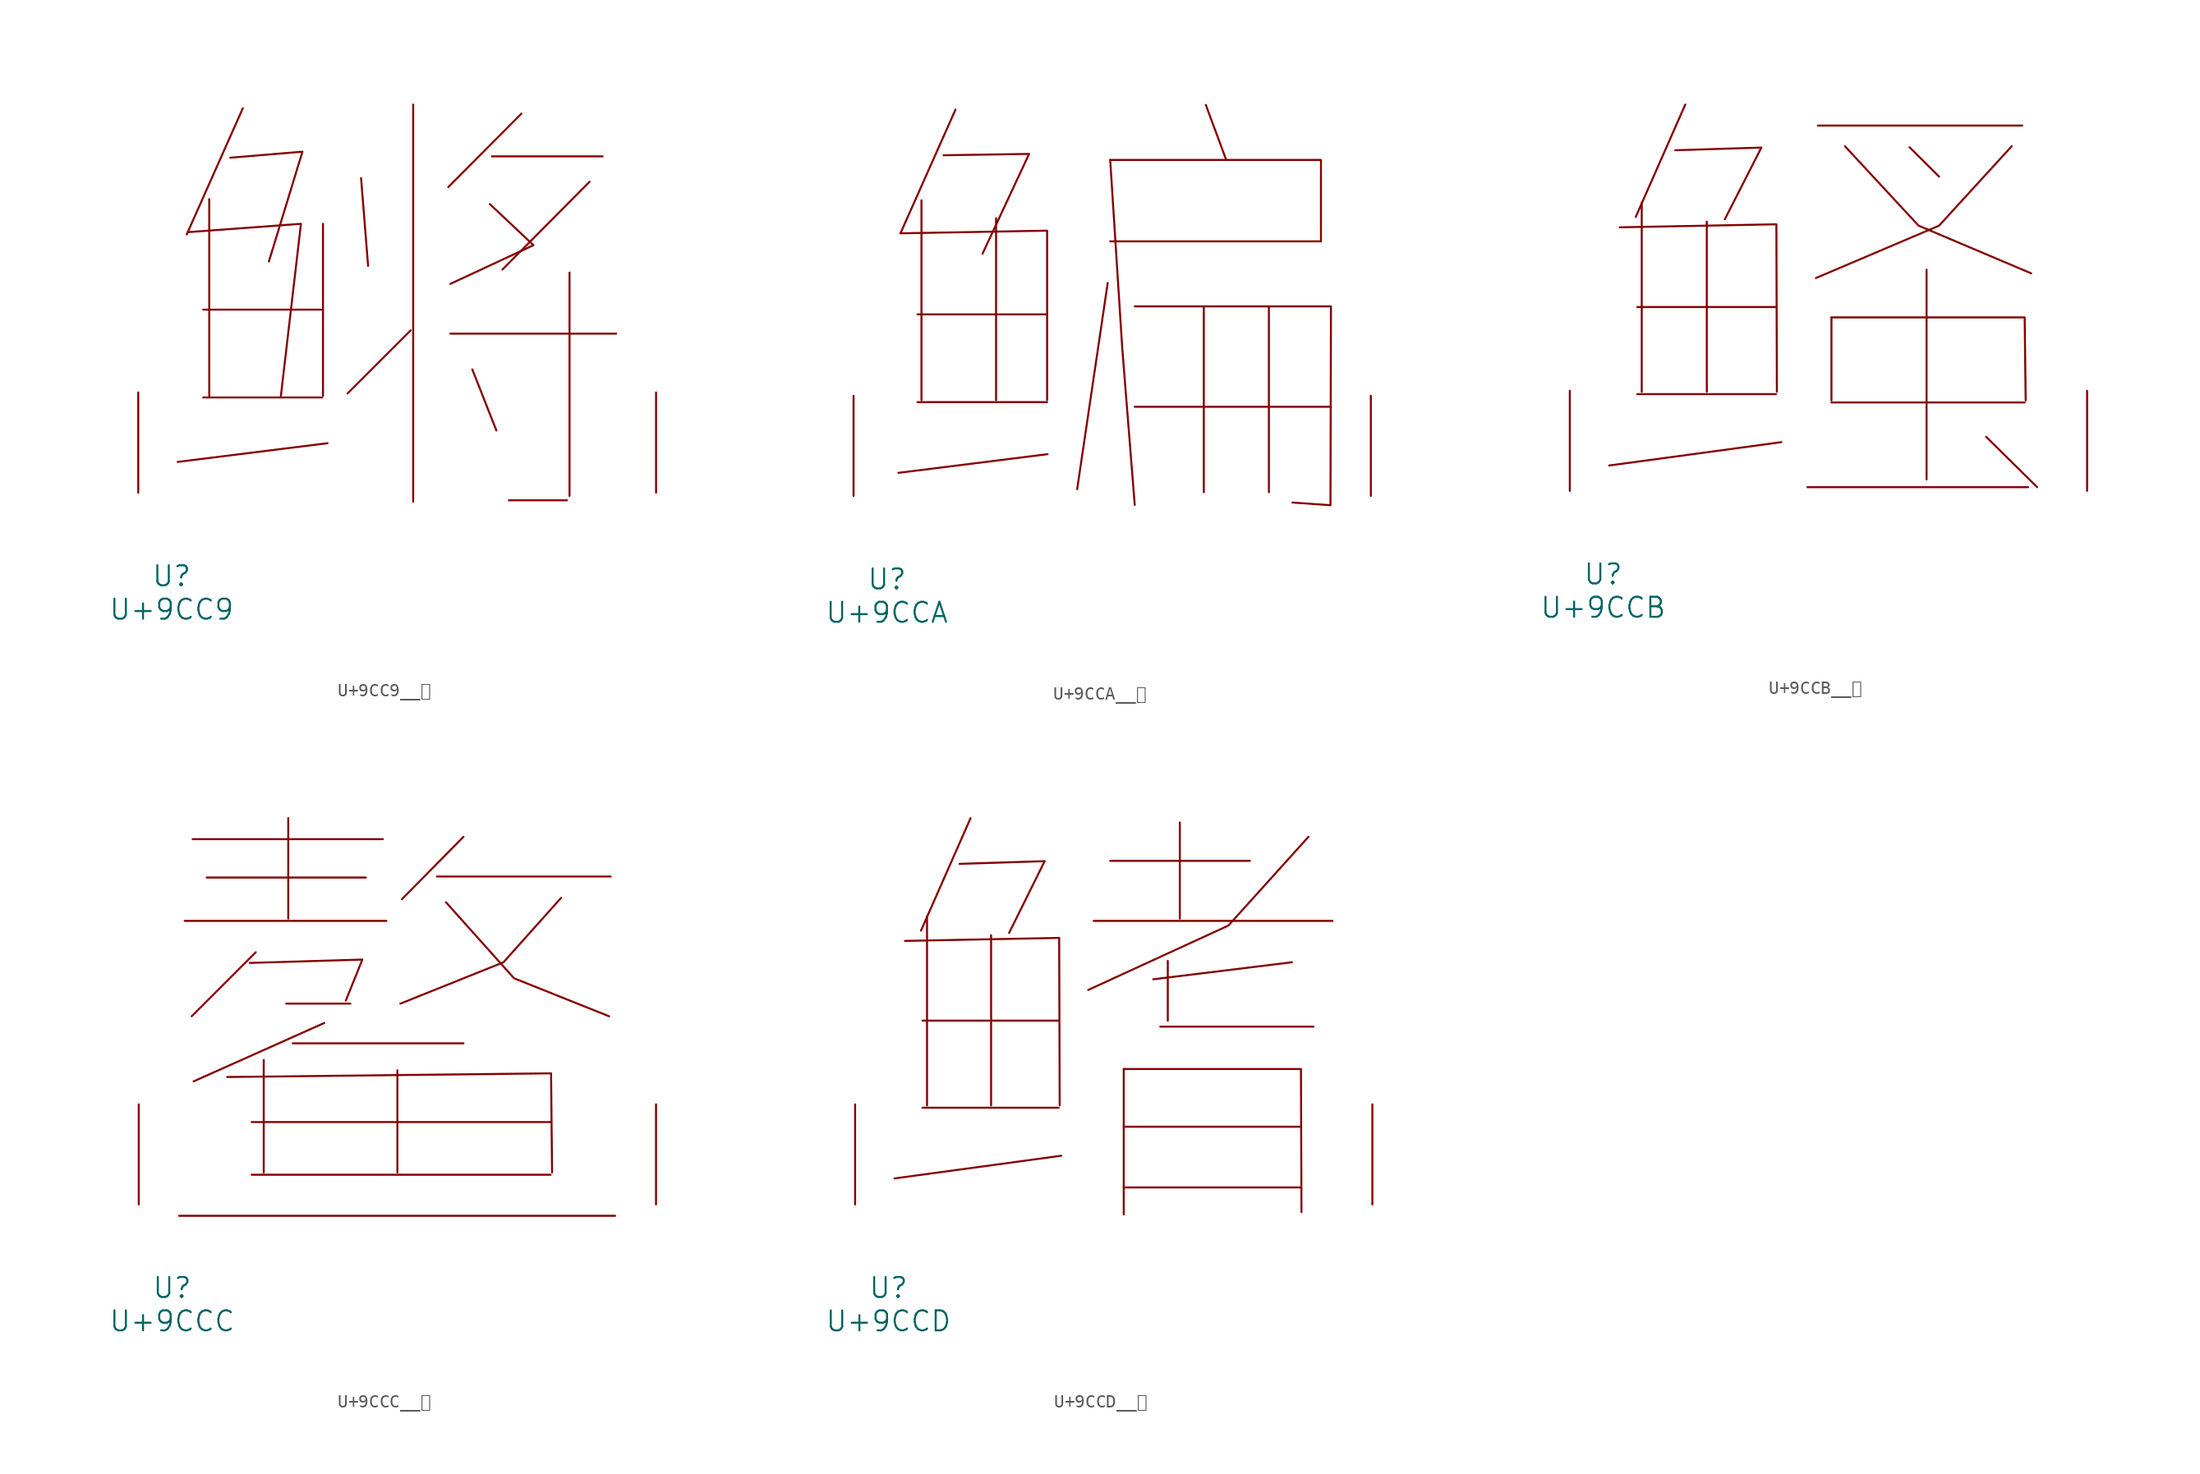
<source format=kicad_sym>
(kicad_symbol_lib
  (version 20231120)
  (generator "kicad_symbol_editor")
  (generator_version "8.0")
  (symbol "U+9CC9__鳉"
    (pin_names
      (offset 1.016))
    (property "Reference" "U"
      (at 0 -6.35 0)
      (effects (font (size 1.524 1.524))))
    (property "Value" "U+9CC9"
      (at 0 -8.89 0)
      (effects (font (size 1.524 1.524))))
    (symbol "U+9CC9__鳉_0_1"
      (polyline (pts (xy 2.4 7.239) (xy 11.43 7.239)) (stroke (width 0) (type solid)) (fill (type none)))
      (polyline (pts (xy 2.4 13.919) (xy 11.43 13.919)) (stroke (width 0) (type solid)) (fill (type none)))
      (polyline (pts (xy 2.857 22.327) (xy 2.857 7.366)) (stroke (width 0) (type solid)) (fill (type none)))
      (polyline (pts (xy 5.41 29.235) (xy 1.143 19.634)) (stroke (width 0) (type solid)) (fill (type none)))
      (polyline (pts (xy 11.506 20.447) (xy 11.506 7.366)) (stroke (width 0) (type solid)) (fill (type none)))
      (polyline (pts (xy 11.849 3.759) (xy 0.457 2.337)) (stroke (width 0) (type solid)) (fill (type none)))
      (polyline (pts (xy 14.402 23.927) (xy 14.935 17.247)) (stroke (width 0) (type solid)) (fill (type none)))
      (polyline (pts (xy 18.174 12.344) (xy 13.373 7.544)) (stroke (width 0) (type solid)) (fill (type none)))
      (polyline (pts (xy 18.364 29.515) (xy 18.364 -0.686)) (stroke (width 0) (type solid)) (fill (type none)))
      (polyline (pts (xy 21.184 12.09) (xy 33.795 12.09)) (stroke (width 0) (type solid)) (fill (type none)))
      (polyline (pts (xy 22.86 9.373) (xy 24.689 4.724)) (stroke (width 0) (type solid)) (fill (type none)))
      (polyline (pts (xy 24.346 25.578) (xy 32.766 25.578)) (stroke (width 0) (type solid)) (fill (type none)))
      (polyline (pts (xy 25.641 -0.584) (xy 30.061 -0.584)) (stroke (width 0) (type solid)) (fill (type none)))
      (polyline (pts (xy 26.594 28.829) (xy 21.031 23.241)) (stroke (width 0) (type solid)) (fill (type none)))
      (polyline (pts (xy 30.251 16.739) (xy 30.251 -0.254)) (stroke (width 0) (type solid)) (fill (type none)))
      (polyline (pts (xy 31.775 23.647) (xy 25.146 16.967)) (stroke (width 0) (type solid)) (fill (type none)))
      (polyline (pts (xy 1.219 19.812) (xy 9.83 20.447) (xy 8.306 7.366)) (stroke (width 0) (type solid)) (fill (type none)))
      (polyline (pts (xy 4.458 25.476) (xy 9.944 25.933) (xy 7.391 17.577)) (stroke (width 0) (type solid)) (fill (type none)))
      (polyline (pts (xy 24.194 21.946) (xy 27.508 18.821) (xy 21.184 15.875)) (stroke (width 0) (type solid)) (fill (type none)))
      (pin input line (at -2.54 0 90) (length 7.62) (name "~" (effects (font (size 1.27 1.27)))) (number "~" (effects (font (size 1.27 1.27)))))
      (pin input line (at 36.83 0 90) (length 7.62) (name "~" (effects (font (size 1.27 1.27)))) (number "~" (effects (font (size 1.27 1.27)))))))
  (symbol "U+9CCA__鳊"
    (pin_names
      (offset 1.016))
    (property "Reference" "U"
      (at 0 -6.35 0)
      (effects (font (size 1.524 1.524))))
    (property "Value" "U+9CCA"
      (at 0 -8.89 0)
      (effects (font (size 1.524 1.524))))
    (symbol "U+9CCA__鳊_0_1"
      (polyline (pts (xy 2.324 7.137) (xy 12.192 7.137)) (stroke (width 0) (type solid)) (fill (type none)))
      (polyline (pts (xy 2.324 13.818) (xy 12.192 13.818)) (stroke (width 0) (type solid)) (fill (type none)))
      (polyline (pts (xy 2.629 22.504) (xy 2.629 7.29)) (stroke (width 0) (type solid)) (fill (type none)))
      (polyline (pts (xy 5.22 29.413) (xy 1.029 19.99)) (stroke (width 0) (type solid)) (fill (type none)))
      (polyline (pts (xy 8.306 21.133) (xy 8.306 7.29)) (stroke (width 0) (type solid)) (fill (type none)))
      (polyline (pts (xy 12.23 3.175) (xy 0.876 1.753)) (stroke (width 0) (type solid)) (fill (type none)))
      (polyline (pts (xy 16.802 16.205) (xy 14.478 0.508)) (stroke (width 0) (type solid)) (fill (type none)))
      (polyline (pts (xy 16.993 19.38) (xy 33.033 19.38)) (stroke (width 0) (type solid)) (fill (type none)))
      (polyline (pts (xy 18.86 6.782) (xy 33.795 6.782)) (stroke (width 0) (type solid)) (fill (type none)))
      (polyline (pts (xy 24.117 14.427) (xy 24.117 0.279)) (stroke (width 0) (type solid)) (fill (type none)))
      (polyline (pts (xy 24.27 29.769) (xy 25.794 25.654)) (stroke (width 0) (type solid)) (fill (type none)))
      (polyline (pts (xy 29.07 14.427) (xy 29.07 0.279)) (stroke (width 0) (type solid)) (fill (type none)))
      (polyline (pts (xy 1.029 19.99) (xy 12.192 20.193) (xy 12.192 7.29)) (stroke (width 0) (type solid)) (fill (type none)))
      (polyline (pts (xy 4.305 25.933) (xy 10.82 26.035) (xy 7.277 18.44)) (stroke (width 0) (type solid)) (fill (type none)))
      (polyline (pts (xy 16.993 25.578) (xy 17.907 11.278) (xy 18.86 -0.686)) (stroke (width 0) (type solid)) (fill (type none)))
      (polyline (pts (xy 16.993 25.578) (xy 33.033 25.578) (xy 33.033 19.482)) (stroke (width 0) (type solid)) (fill (type none)))
      (polyline (pts (xy 18.86 14.427) (xy 33.795 14.427) (xy 33.757 -0.711) (xy 30.861 -0.508)) (stroke (width 0) (type solid)) (fill (type none)))
      (pin input line (at -2.54 0 90) (length 7.62) (name "~" (effects (font (size 1.27 1.27)))) (number "~" (effects (font (size 1.27 1.27)))))
      (pin input line (at 36.83 0 90) (length 7.62) (name "~" (effects (font (size 1.27 1.27)))) (number "~" (effects (font (size 1.27 1.27)))))))
  (symbol "U+9CCB__鳋"
    (pin_names
      (offset 1.016))
    (property "Reference" "U"
      (at 0 -6.35 0)
      (effects (font (size 1.524 1.524))))
    (property "Value" "U+9CCB"
      (at 0 -8.89 0)
      (effects (font (size 1.524 1.524))))
    (symbol "U+9CCB__鳋_0_1"
      (polyline (pts (xy 2.591 7.366) (xy 13.145 7.366)) (stroke (width 0) (type solid)) (fill (type none)))
      (polyline (pts (xy 2.591 13.995) (xy 13.145 13.995)) (stroke (width 0) (type solid)) (fill (type none)))
      (polyline (pts (xy 2.934 21.946) (xy 2.934 7.544)) (stroke (width 0) (type solid)) (fill (type none)))
      (polyline (pts (xy 6.248 29.413) (xy 2.477 20.853)) (stroke (width 0) (type solid)) (fill (type none)))
      (polyline (pts (xy 7.887 20.498) (xy 7.887 7.544)) (stroke (width 0) (type solid)) (fill (type none)))
      (polyline (pts (xy 13.564 3.708) (xy 0.457 1.93)) (stroke (width 0) (type solid)) (fill (type none)))
      (polyline (pts (xy 15.545 0.279) (xy 32.347 0.279)) (stroke (width 0) (type solid)) (fill (type none)))
      (polyline (pts (xy 16.345 27.813) (xy 31.89 27.813)) (stroke (width 0) (type solid)) (fill (type none)))
      (polyline (pts (xy 17.374 6.731) (xy 32.08 6.731)) (stroke (width 0) (type solid)) (fill (type none)))
      (polyline (pts (xy 17.374 13.208) (xy 17.374 6.883)) (stroke (width 0) (type solid)) (fill (type none)))
      (polyline (pts (xy 23.317 26.162) (xy 25.565 23.927)) (stroke (width 0) (type solid)) (fill (type none)))
      (polyline (pts (xy 24.613 16.84) (xy 24.613 0.864)) (stroke (width 0) (type solid)) (fill (type none)))
      (polyline (pts (xy 29.146 4.115) (xy 33.033 0.279)) (stroke (width 0) (type solid)) (fill (type none)))
      (polyline (pts (xy 1.257 20.066) (xy 13.183 20.295) (xy 13.221 7.544)) (stroke (width 0) (type solid)) (fill (type none)))
      (polyline (pts (xy 5.486 25.933) (xy 12.04 26.137) (xy 9.258 20.676)) (stroke (width 0) (type solid)) (fill (type none)))
      (polyline (pts (xy 17.374 13.208) (xy 32.08 13.208) (xy 32.156 6.883)) (stroke (width 0) (type solid)) (fill (type none)))
      (polyline (pts (xy 18.402 26.238) (xy 24.003 20.193) (xy 32.575 16.561)) (stroke (width 0) (type solid)) (fill (type none)))
      (polyline (pts (xy 31.09 26.238) (xy 25.565 20.193) (xy 16.192 16.205)) (stroke (width 0) (type solid)) (fill (type none)))
      (pin input line (at -2.54 0 90) (length 7.62) (name "~" (effects (font (size 1.27 1.27)))) (number "~" (effects (font (size 1.27 1.27)))))
      (pin input line (at 36.83 0 90) (length 7.62) (name "~" (effects (font (size 1.27 1.27)))) (number "~" (effects (font (size 1.27 1.27)))))))
  (symbol "U+9CCC__鳌"
    (pin_names
      (offset 1.016))
    (property "Reference" "U"
      (at 0 -6.35 0)
      (effects (font (size 1.524 1.524))))
    (property "Value" "U+9CCC"
      (at 0 -8.89 0)
      (effects (font (size 1.524 1.524))))
    (symbol "U+9CCC__鳌_0_1"
      (polyline (pts (xy 0.533 -0.864) (xy 33.718 -0.864)) (stroke (width 0) (type solid)) (fill (type none)))
      (polyline (pts (xy 0.953 21.59) (xy 16.307 21.59)) (stroke (width 0) (type solid)) (fill (type none)))
      (polyline (pts (xy 1.562 27.813) (xy 16.04 27.813)) (stroke (width 0) (type solid)) (fill (type none)))
      (polyline (pts (xy 2.629 24.892) (xy 14.745 24.892)) (stroke (width 0) (type solid)) (fill (type none)))
      (polyline (pts (xy 6.058 2.261) (xy 28.804 2.261)) (stroke (width 0) (type solid)) (fill (type none)))
      (polyline (pts (xy 6.058 6.274) (xy 28.804 6.274)) (stroke (width 0) (type solid)) (fill (type none)))
      (polyline (pts (xy 6.363 19.202) (xy 1.486 14.326)) (stroke (width 0) (type solid)) (fill (type none)))
      (polyline (pts (xy 6.972 10.998) (xy 6.972 2.438)) (stroke (width 0) (type solid)) (fill (type none)))
      (polyline (pts (xy 8.687 15.291) (xy 13.564 15.291)) (stroke (width 0) (type solid)) (fill (type none)))
      (polyline (pts (xy 8.839 29.413) (xy 8.839 21.768)) (stroke (width 0) (type solid)) (fill (type none)))
      (polyline (pts (xy 9.182 12.268) (xy 22.174 12.268)) (stroke (width 0) (type solid)) (fill (type none)))
      (polyline (pts (xy 11.582 13.818) (xy 1.638 9.373)) (stroke (width 0) (type solid)) (fill (type none)))
      (polyline (pts (xy 17.145 10.211) (xy 17.145 2.438)) (stroke (width 0) (type solid)) (fill (type none)))
      (polyline (pts (xy 20.155 24.968) (xy 33.376 24.968)) (stroke (width 0) (type solid)) (fill (type none)))
      (polyline (pts (xy 22.174 27.991) (xy 17.488 23.241)) (stroke (width 0) (type solid)) (fill (type none)))
      (polyline (pts (xy 4.191 9.703) (xy 28.842 9.982) (xy 28.918 2.438)) (stroke (width 0) (type solid)) (fill (type none)))
      (polyline (pts (xy 5.905 18.39) (xy 14.478 18.644) (xy 13.221 15.519)) (stroke (width 0) (type solid)) (fill (type none)))
      (polyline (pts (xy 20.841 23.012) (xy 26.022 17.221) (xy 33.261 14.326)) (stroke (width 0) (type solid)) (fill (type none)))
      (polyline (pts (xy 29.604 23.343) (xy 25.222 18.44) (xy 17.374 15.291)) (stroke (width 0) (type solid)) (fill (type none)))
      (pin input line (at -2.54 0 90) (length 7.62) (name "~" (effects (font (size 1.27 1.27)))) (number "~" (effects (font (size 1.27 1.27)))))
      (pin input line (at 36.83 0 90) (length 7.62) (name "~" (effects (font (size 1.27 1.27)))) (number "~" (effects (font (size 1.27 1.27)))))))
  (symbol "U+9CCD__鳍"
    (pin_names
      (offset 1.016))
    (property "Reference" "U"
      (at 0 -6.35 0)
      (effects (font (size 1.524 1.524))))
    (property "Value" "U+9CCD"
      (at 0 -8.89 0)
      (effects (font (size 1.524 1.524))))
    (symbol "U+9CCD__鳍_0_1"
      (polyline (pts (xy 2.591 7.366) (xy 12.954 7.366)) (stroke (width 0) (type solid)) (fill (type none)))
      (polyline (pts (xy 2.591 13.995) (xy 12.954 13.995)) (stroke (width 0) (type solid)) (fill (type none)))
      (polyline (pts (xy 2.934 21.946) (xy 2.934 7.544)) (stroke (width 0) (type solid)) (fill (type none)))
      (polyline (pts (xy 6.248 29.413) (xy 2.477 20.853)) (stroke (width 0) (type solid)) (fill (type none)))
      (polyline (pts (xy 7.811 20.498) (xy 7.811 7.544)) (stroke (width 0) (type solid)) (fill (type none)))
      (polyline (pts (xy 13.145 3.708) (xy 0.457 1.981)) (stroke (width 0) (type solid)) (fill (type none)))
      (polyline (pts (xy 15.621 21.59) (xy 33.795 21.59)) (stroke (width 0) (type solid)) (fill (type none)))
      (polyline (pts (xy 16.878 26.162) (xy 27.508 26.162)) (stroke (width 0) (type solid)) (fill (type none)))
      (polyline (pts (xy 17.907 1.295) (xy 31.394 1.295)) (stroke (width 0) (type solid)) (fill (type none)))
      (polyline (pts (xy 17.907 5.918) (xy 31.394 5.918)) (stroke (width 0) (type solid)) (fill (type none)))
      (polyline (pts (xy 17.907 10.312) (xy 17.907 -0.762)) (stroke (width 0) (type solid)) (fill (type none)))
      (polyline (pts (xy 20.688 13.538) (xy 32.347 13.538)) (stroke (width 0) (type solid)) (fill (type none)))
      (polyline (pts (xy 21.26 18.542) (xy 21.26 13.995)) (stroke (width 0) (type solid)) (fill (type none)))
      (polyline (pts (xy 22.174 29.083) (xy 22.174 21.768)) (stroke (width 0) (type solid)) (fill (type none)))
      (polyline (pts (xy 30.709 18.44) (xy 20.155 17.145)) (stroke (width 0) (type solid)) (fill (type none)))
      (polyline (pts (xy 1.257 20.066) (xy 12.992 20.295) (xy 13.03 7.544)) (stroke (width 0) (type solid)) (fill (type none)))
      (polyline (pts (xy 5.41 25.933) (xy 11.887 26.137) (xy 9.182 20.676)) (stroke (width 0) (type solid)) (fill (type none)))
      (polyline (pts (xy 17.907 10.312) (xy 31.394 10.312) (xy 31.433 -0.584)) (stroke (width 0) (type solid)) (fill (type none)))
      (polyline (pts (xy 31.966 27.991) (xy 25.87 21.234) (xy 15.202 16.332)) (stroke (width 0) (type solid)) (fill (type none)))
      (pin input line (at -2.54 0 90) (length 7.62) (name "~" (effects (font (size 1.27 1.27)))) (number "~" (effects (font (size 1.27 1.27)))))
      (pin input line (at 36.83 0 90) (length 7.62) (name "~" (effects (font (size 1.27 1.27)))) (number "~" (effects (font (size 1.27 1.27))))))))
</source>
